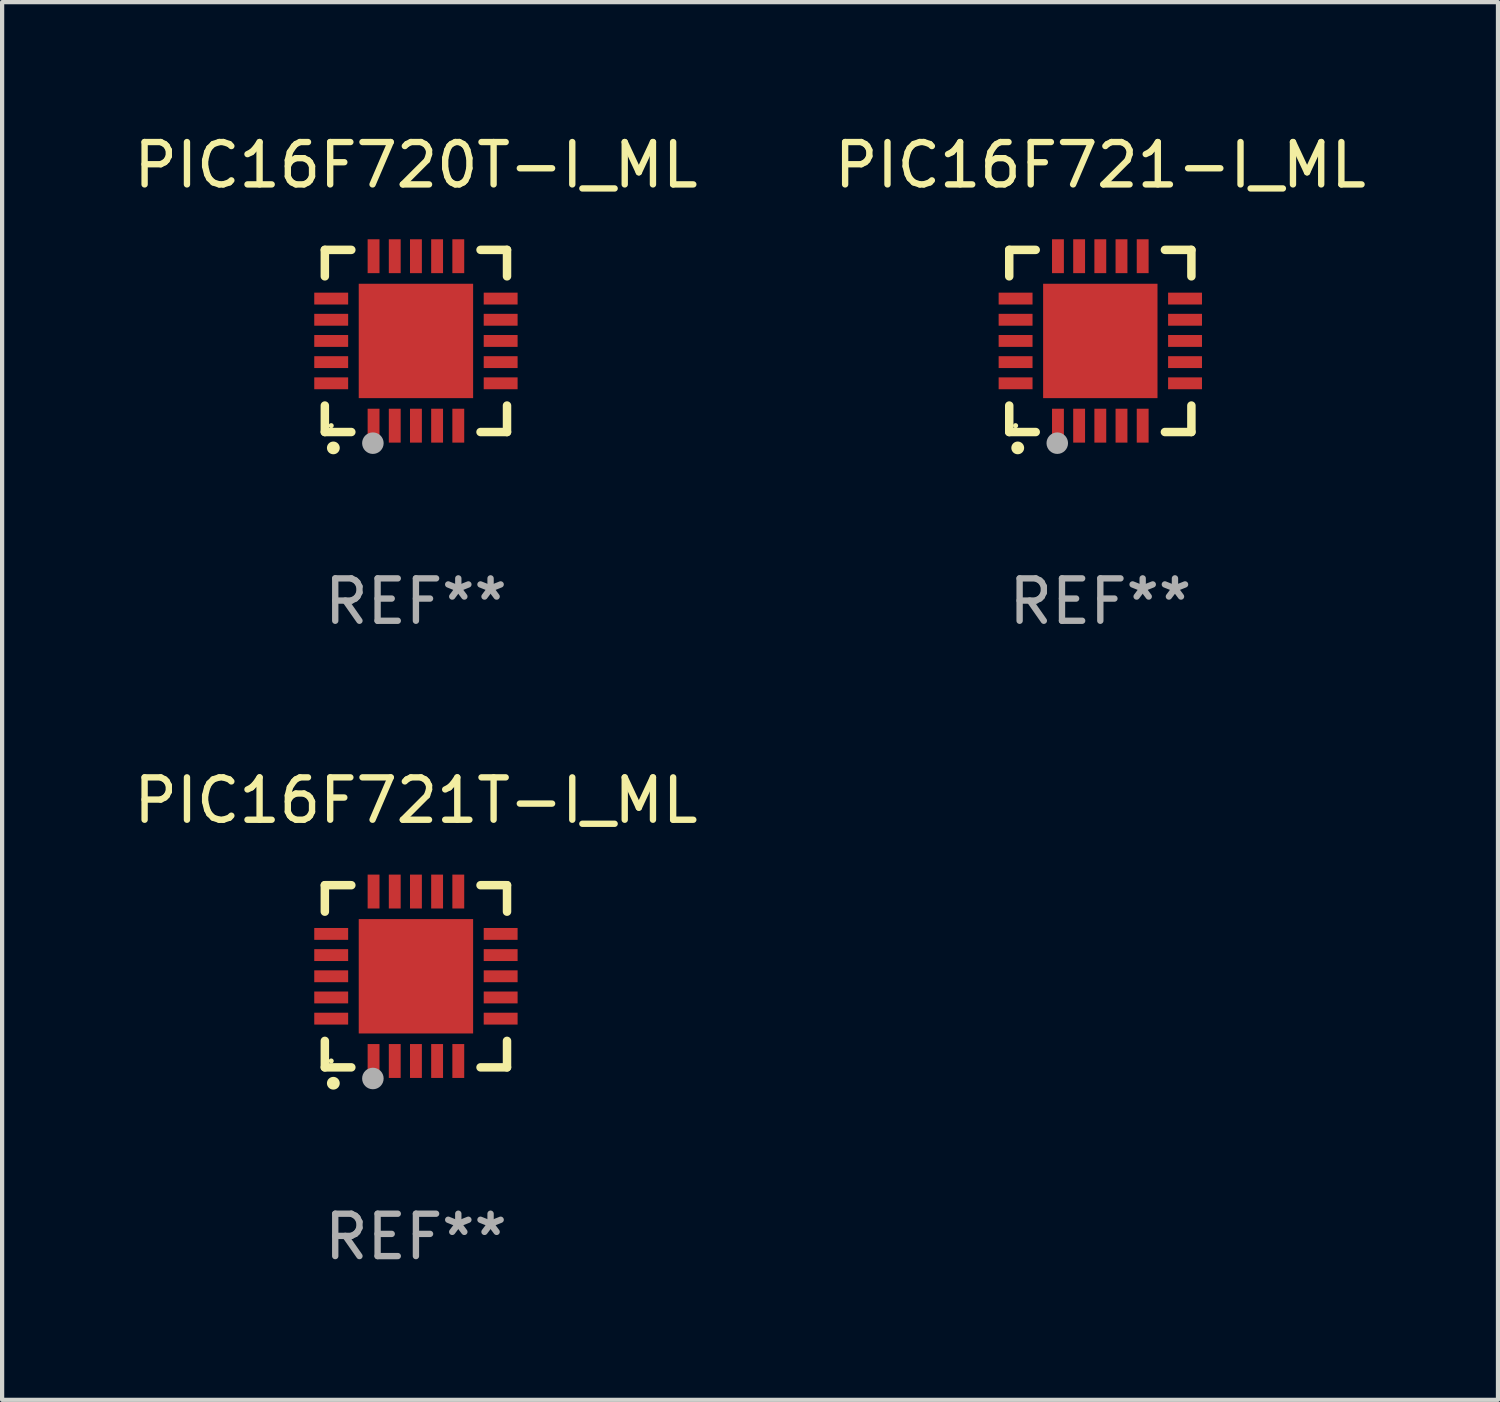
<source format=kicad_pcb>
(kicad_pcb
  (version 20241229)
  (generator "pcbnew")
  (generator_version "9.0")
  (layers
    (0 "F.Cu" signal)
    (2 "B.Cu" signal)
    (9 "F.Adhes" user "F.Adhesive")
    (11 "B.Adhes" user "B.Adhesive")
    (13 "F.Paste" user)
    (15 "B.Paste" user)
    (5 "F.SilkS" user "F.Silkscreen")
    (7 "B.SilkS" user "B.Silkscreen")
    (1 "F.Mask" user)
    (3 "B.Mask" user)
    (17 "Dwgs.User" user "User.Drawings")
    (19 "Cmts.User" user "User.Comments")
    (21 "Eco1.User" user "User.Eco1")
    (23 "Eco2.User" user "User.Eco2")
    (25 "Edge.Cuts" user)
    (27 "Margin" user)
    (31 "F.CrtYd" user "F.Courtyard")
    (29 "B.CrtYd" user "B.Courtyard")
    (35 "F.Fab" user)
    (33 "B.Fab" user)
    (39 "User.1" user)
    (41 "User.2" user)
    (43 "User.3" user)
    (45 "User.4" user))
  (footprint "PIC16F720T-I_ML"
    (layer "F.Cu")
    (at 6.768 4.998)
    (property "Reference" "PIC16F720T-I_ML" (at 0 -4.15 0) (layer "F.SilkS") (effects (font (size 1 1) (thickness 0.15))))
    (attr through_hole)
    (fp_line (start -2.15 -2.15) (end -2.15 -1.525) (stroke (width 0.2) (type solid)) (layer "F.SilkS"))
    (fp_line (start -2.15 2.15) (end -2.15 1.525) (stroke (width 0.2) (type solid)) (layer "F.SilkS"))
    (fp_line (start -1.525 -2.15) (end -2.15 -2.15) (stroke (width 0.2) (type solid)) (layer "F.SilkS"))
    (fp_line (start -1.525 2.15) (end -2.15 2.15) (stroke (width 0.2) (type solid)) (layer "F.SilkS"))
    (fp_line (start 1.525 2.15) (end 2.15 2.15) (stroke (width 0.2) (type solid)) (layer "F.SilkS"))
    (fp_line (start 2.15 -2.15) (end 1.525 -2.15) (stroke (width 0.2) (type solid)) (layer "F.SilkS"))
    (fp_line (start 2.15 -1.525) (end 2.15 -2.15) (stroke (width 0.2) (type solid)) (layer "F.SilkS"))
    (fp_line (start 2.15 2.15) (end 2.15 1.525) (stroke (width 0.2) (type solid)) (layer "F.SilkS"))
    (fp_arc (start -1.950724 2.524765) (mid -1.949454 2.52476) (end -1.948184 2.524765) (stroke (width 0.3) (type solid)) (layer "F.SilkS"))
    (fp_circle (center -2 2) (end -1.97 2) (stroke (width 0.06) (type solid)) (fill no) (layer "F.SilkS"))
    (fp_circle (center -1.016 2.413) (end -0.889 2.413) (stroke (width 0.254) (type solid)) (fill no) (layer "F.Fab"))
    (fp_text user "REF**" (at 0 6.15 0) (layer "F.Fab") (effects (font (size 1 1) (thickness 0.15))))
    (pad "1" smd rect (at -1 2) (size 0.28 0.8) (layers "F.Cu" "F.Mask" "F.Paste"))
    (pad "2" smd rect (at -0.5 2) (size 0.28 0.8) (layers "F.Cu" "F.Mask" "F.Paste"))
    (pad "3" smd rect (at 0 2) (size 0.28 0.8) (layers "F.Cu" "F.Mask" "F.Paste"))
    (pad "4" smd rect (at 0.5 2) (size 0.28 0.8) (layers "F.Cu" "F.Mask" "F.Paste"))
    (pad "5" smd rect (at 1 2) (size 0.28 0.8) (layers "F.Cu" "F.Mask" "F.Paste"))
    (pad "6" smd rect (at 2 1) (size 0.8 0.28) (layers "F.Cu" "F.Mask" "F.Paste"))
    (pad "7" smd rect (at 2 0.5) (size 0.8 0.28) (layers "F.Cu" "F.Mask" "F.Paste"))
    (pad "8" smd rect (at 2 0) (size 0.8 0.28) (layers "F.Cu" "F.Mask" "F.Paste"))
    (pad "9" smd rect (at 2 -0.5) (size 0.8 0.28) (layers "F.Cu" "F.Mask" "F.Paste"))
    (pad "10" smd rect (at 2 -1) (size 0.8 0.28) (layers "F.Cu" "F.Mask" "F.Paste"))
    (pad "11" smd rect (at 1 -2) (size 0.28 0.8) (layers "F.Cu" "F.Mask" "F.Paste"))
    (pad "12" smd rect (at 0.5 -2) (size 0.28 0.8) (layers "F.Cu" "F.Mask" "F.Paste"))
    (pad "13" smd rect (at 0 -2) (size 0.28 0.8) (layers "F.Cu" "F.Mask" "F.Paste"))
    (pad "14" smd rect (at -0.5 -2) (size 0.28 0.8) (layers "F.Cu" "F.Mask" "F.Paste"))
    (pad "15" smd rect (at -1 -2) (size 0.28 0.8) (layers "F.Cu" "F.Mask" "F.Paste"))
    (pad "16" smd rect (at -2 -1) (size 0.8 0.28) (layers "F.Cu" "F.Mask" "F.Paste"))
    (pad "17" smd rect (at -2 -0.5) (size 0.8 0.28) (layers "F.Cu" "F.Mask" "F.Paste"))
    (pad "18" smd rect (at -2 0) (size 0.8 0.28) (layers "F.Cu" "F.Mask" "F.Paste"))
    (pad "19" smd rect (at -2 0.5) (size 0.8 0.28) (layers "F.Cu" "F.Mask" "F.Paste"))
    (pad "20" smd rect (at -2 1) (size 0.8 0.28) (layers "F.Cu" "F.Mask" "F.Paste"))
    (pad "21" smd rect (at 0 0) (size 2.7 2.7) (layers "F.Cu" "F.Mask" "F.Paste")))
  (footprint "PIC16F721-I_ML"
    (layer "F.Cu")
    (at 22.923 4.998)
    (property "Reference" "PIC16F721-I_ML" (at 0 -4.15 0) (layer "F.SilkS") (effects (font (size 1 1) (thickness 0.15))))
    (attr through_hole)
    (fp_line (start -2.15 -2.15) (end -2.15 -1.525) (stroke (width 0.2) (type solid)) (layer "F.SilkS"))
    (fp_line (start -2.15 2.15) (end -2.15 1.525) (stroke (width 0.2) (type solid)) (layer "F.SilkS"))
    (fp_line (start -1.525 -2.15) (end -2.15 -2.15) (stroke (width 0.2) (type solid)) (layer "F.SilkS"))
    (fp_line (start -1.525 2.15) (end -2.15 2.15) (stroke (width 0.2) (type solid)) (layer "F.SilkS"))
    (fp_line (start 1.525 2.15) (end 2.15 2.15) (stroke (width 0.2) (type solid)) (layer "F.SilkS"))
    (fp_line (start 2.15 -2.15) (end 1.525 -2.15) (stroke (width 0.2) (type solid)) (layer "F.SilkS"))
    (fp_line (start 2.15 -1.525) (end 2.15 -2.15) (stroke (width 0.2) (type solid)) (layer "F.SilkS"))
    (fp_line (start 2.15 2.15) (end 2.15 1.525) (stroke (width 0.2) (type solid)) (layer "F.SilkS"))
    (fp_arc (start -1.950724 2.524765) (mid -1.949454 2.52476) (end -1.948184 2.524765) (stroke (width 0.3) (type solid)) (layer "F.SilkS"))
    (fp_circle (center -2 2) (end -1.97 2) (stroke (width 0.06) (type solid)) (fill no) (layer "F.SilkS"))
    (fp_circle (center -1.016 2.413) (end -0.889 2.413) (stroke (width 0.254) (type solid)) (fill no) (layer "F.Fab"))
    (fp_text user "REF**" (at 0 6.15 0) (layer "F.Fab") (effects (font (size 1 1) (thickness 0.15))))
    (pad "1" smd rect (at -1 2) (size 0.28 0.8) (layers "F.Cu" "F.Mask" "F.Paste"))
    (pad "2" smd rect (at -0.5 2) (size 0.28 0.8) (layers "F.Cu" "F.Mask" "F.Paste"))
    (pad "3" smd rect (at 0 2) (size 0.28 0.8) (layers "F.Cu" "F.Mask" "F.Paste"))
    (pad "4" smd rect (at 0.5 2) (size 0.28 0.8) (layers "F.Cu" "F.Mask" "F.Paste"))
    (pad "5" smd rect (at 1 2) (size 0.28 0.8) (layers "F.Cu" "F.Mask" "F.Paste"))
    (pad "6" smd rect (at 2 1) (size 0.8 0.28) (layers "F.Cu" "F.Mask" "F.Paste"))
    (pad "7" smd rect (at 2 0.5) (size 0.8 0.28) (layers "F.Cu" "F.Mask" "F.Paste"))
    (pad "8" smd rect (at 2 0) (size 0.8 0.28) (layers "F.Cu" "F.Mask" "F.Paste"))
    (pad "9" smd rect (at 2 -0.5) (size 0.8 0.28) (layers "F.Cu" "F.Mask" "F.Paste"))
    (pad "10" smd rect (at 2 -1) (size 0.8 0.28) (layers "F.Cu" "F.Mask" "F.Paste"))
    (pad "11" smd rect (at 1 -2) (size 0.28 0.8) (layers "F.Cu" "F.Mask" "F.Paste"))
    (pad "12" smd rect (at 0.5 -2) (size 0.28 0.8) (layers "F.Cu" "F.Mask" "F.Paste"))
    (pad "13" smd rect (at 0 -2) (size 0.28 0.8) (layers "F.Cu" "F.Mask" "F.Paste"))
    (pad "14" smd rect (at -0.5 -2) (size 0.28 0.8) (layers "F.Cu" "F.Mask" "F.Paste"))
    (pad "15" smd rect (at -1 -2) (size 0.28 0.8) (layers "F.Cu" "F.Mask" "F.Paste"))
    (pad "16" smd rect (at -2 -1) (size 0.8 0.28) (layers "F.Cu" "F.Mask" "F.Paste"))
    (pad "17" smd rect (at -2 -0.5) (size 0.8 0.28) (layers "F.Cu" "F.Mask" "F.Paste"))
    (pad "18" smd rect (at -2 0) (size 0.8 0.28) (layers "F.Cu" "F.Mask" "F.Paste"))
    (pad "19" smd rect (at -2 0.5) (size 0.8 0.28) (layers "F.Cu" "F.Mask" "F.Paste"))
    (pad "20" smd rect (at -2 1) (size 0.8 0.28) (layers "F.Cu" "F.Mask" "F.Paste"))
    (pad "21" smd rect (at 0 0) (size 2.7 2.7) (layers "F.Cu" "F.Mask" "F.Paste")))
  (footprint "PIC16F721T-I_ML"
    (layer "F.Cu")
    (at 6.768 19.995)
    (property "Reference" "PIC16F721T-I_ML" (at 0 -4.15 0) (layer "F.SilkS") (effects (font (size 1 1) (thickness 0.15))))
    (attr through_hole)
    (fp_line (start -2.15 -2.15) (end -2.15 -1.525) (stroke (width 0.2) (type solid)) (layer "F.SilkS"))
    (fp_line (start -2.15 2.15) (end -2.15 1.525) (stroke (width 0.2) (type solid)) (layer "F.SilkS"))
    (fp_line (start -1.525 -2.15) (end -2.15 -2.15) (stroke (width 0.2) (type solid)) (layer "F.SilkS"))
    (fp_line (start -1.525 2.15) (end -2.15 2.15) (stroke (width 0.2) (type solid)) (layer "F.SilkS"))
    (fp_line (start 1.525 2.15) (end 2.15 2.15) (stroke (width 0.2) (type solid)) (layer "F.SilkS"))
    (fp_line (start 2.15 -2.15) (end 1.525 -2.15) (stroke (width 0.2) (type solid)) (layer "F.SilkS"))
    (fp_line (start 2.15 -1.525) (end 2.15 -2.15) (stroke (width 0.2) (type solid)) (layer "F.SilkS"))
    (fp_line (start 2.15 2.15) (end 2.15 1.525) (stroke (width 0.2) (type solid)) (layer "F.SilkS"))
    (fp_arc (start -1.950724 2.524765) (mid -1.949454 2.52476) (end -1.948184 2.524765) (stroke (width 0.3) (type solid)) (layer "F.SilkS"))
    (fp_circle (center -2 2) (end -1.97 2) (stroke (width 0.06) (type solid)) (fill no) (layer "F.SilkS"))
    (fp_circle (center -1.016 2.413) (end -0.889 2.413) (stroke (width 0.254) (type solid)) (fill no) (layer "F.Fab"))
    (fp_text user "REF**" (at 0 6.15 0) (layer "F.Fab") (effects (font (size 1 1) (thickness 0.15))))
    (pad "1" smd rect (at -1 2) (size 0.28 0.8) (layers "F.Cu" "F.Mask" "F.Paste"))
    (pad "2" smd rect (at -0.5 2) (size 0.28 0.8) (layers "F.Cu" "F.Mask" "F.Paste"))
    (pad "3" smd rect (at 0 2) (size 0.28 0.8) (layers "F.Cu" "F.Mask" "F.Paste"))
    (pad "4" smd rect (at 0.5 2) (size 0.28 0.8) (layers "F.Cu" "F.Mask" "F.Paste"))
    (pad "5" smd rect (at 1 2) (size 0.28 0.8) (layers "F.Cu" "F.Mask" "F.Paste"))
    (pad "6" smd rect (at 2 1) (size 0.8 0.28) (layers "F.Cu" "F.Mask" "F.Paste"))
    (pad "7" smd rect (at 2 0.5) (size 0.8 0.28) (layers "F.Cu" "F.Mask" "F.Paste"))
    (pad "8" smd rect (at 2 0) (size 0.8 0.28) (layers "F.Cu" "F.Mask" "F.Paste"))
    (pad "9" smd rect (at 2 -0.5) (size 0.8 0.28) (layers "F.Cu" "F.Mask" "F.Paste"))
    (pad "10" smd rect (at 2 -1) (size 0.8 0.28) (layers "F.Cu" "F.Mask" "F.Paste"))
    (pad "11" smd rect (at 1 -2) (size 0.28 0.8) (layers "F.Cu" "F.Mask" "F.Paste"))
    (pad "12" smd rect (at 0.5 -2) (size 0.28 0.8) (layers "F.Cu" "F.Mask" "F.Paste"))
    (pad "13" smd rect (at 0 -2) (size 0.28 0.8) (layers "F.Cu" "F.Mask" "F.Paste"))
    (pad "14" smd rect (at -0.5 -2) (size 0.28 0.8) (layers "F.Cu" "F.Mask" "F.Paste"))
    (pad "15" smd rect (at -1 -2) (size 0.28 0.8) (layers "F.Cu" "F.Mask" "F.Paste"))
    (pad "16" smd rect (at -2 -1) (size 0.8 0.28) (layers "F.Cu" "F.Mask" "F.Paste"))
    (pad "17" smd rect (at -2 -0.5) (size 0.8 0.28) (layers "F.Cu" "F.Mask" "F.Paste"))
    (pad "18" smd rect (at -2 0) (size 0.8 0.28) (layers "F.Cu" "F.Mask" "F.Paste"))
    (pad "19" smd rect (at -2 0.5) (size 0.8 0.28) (layers "F.Cu" "F.Mask" "F.Paste"))
    (pad "20" smd rect (at -2 1) (size 0.8 0.28) (layers "F.Cu" "F.Mask" "F.Paste"))
    (pad "21" smd rect (at 0 0) (size 2.7 2.7) (layers "F.Cu" "F.Mask" "F.Paste")))
  (gr_rect
    (start -3 -3)
    (end 32.31 29.993)
    (stroke (width 0.1) (type default))
    (fill no)
    (layer "Edge.Cuts")))
</source>
